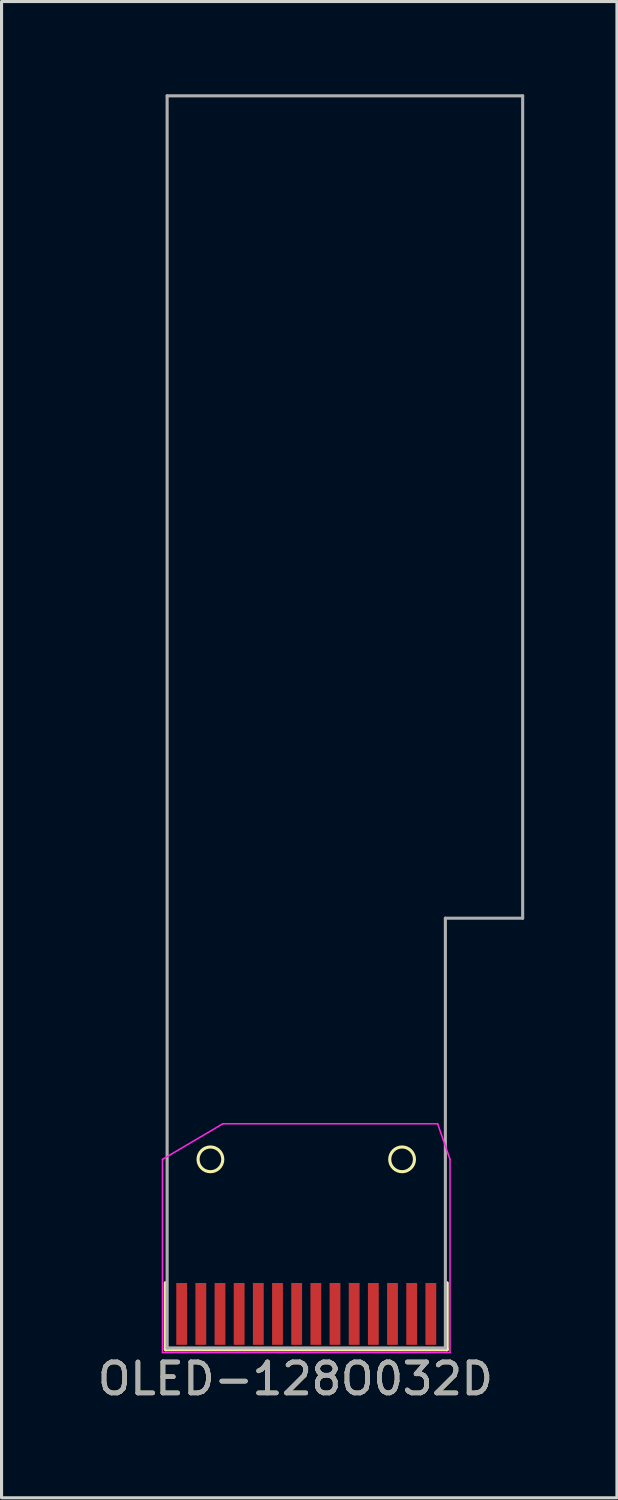
<source format=kicad_pcb>
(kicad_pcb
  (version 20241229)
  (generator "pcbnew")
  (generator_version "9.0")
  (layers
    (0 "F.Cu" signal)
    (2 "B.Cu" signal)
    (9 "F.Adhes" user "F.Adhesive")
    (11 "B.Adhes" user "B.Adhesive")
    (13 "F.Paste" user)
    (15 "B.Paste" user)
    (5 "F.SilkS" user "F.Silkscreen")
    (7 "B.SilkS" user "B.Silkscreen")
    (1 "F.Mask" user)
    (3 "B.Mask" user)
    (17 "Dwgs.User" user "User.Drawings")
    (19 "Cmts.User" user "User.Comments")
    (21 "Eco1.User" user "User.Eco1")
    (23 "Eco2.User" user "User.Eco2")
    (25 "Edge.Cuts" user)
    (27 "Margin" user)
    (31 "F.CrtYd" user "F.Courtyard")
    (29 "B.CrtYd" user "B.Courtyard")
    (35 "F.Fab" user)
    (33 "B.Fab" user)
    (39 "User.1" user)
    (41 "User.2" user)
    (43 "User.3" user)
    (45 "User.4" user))
  (footprint "OLED-128O032D"
    (layer "F.Cu")
    (at 6.856 39.45)
    (property "Reference" "OLED-128O032D" (at -0.35 2.1 0) (layer "F.SilkS") (effects (font (size 1 1) (thickness 0.15))))
    (attr smd)
    (fp_line (start -4.55 -1) (end -4.55 1.15) (stroke (width 0.12) (type solid)) (layer "F.SilkS"))
    (fp_line (start -4.55 1.15) (end 4.55 1.15) (stroke (width 0.12) (type solid)) (layer "F.SilkS"))
    (fp_line (start 4.55 1.15) (end 4.55 -1) (stroke (width 0.12) (type solid)) (layer "F.SilkS"))
    (fp_circle (center -3.1 -5) (end -2.7 -5) (stroke (width 0.1) (type solid)) (fill no) (layer "F.SilkS"))
    (fp_circle (center 3.1 -5) (end 3.5 -5) (stroke (width 0.1) (type solid)) (fill no) (layer "F.SilkS"))
    (fp_line (start -4.65 -5) (end -4.65 1.245) (stroke (width 0.05) (type solid)) (layer "F.CrtYd"))
    (fp_line (start -4.65 -5) (end -2.7 -6.15) (stroke (width 0.05) (type default)) (layer "F.CrtYd"))
    (fp_line (start -2.7 -6.15) (end 4.25 -6.15) (stroke (width 0.05) (type default)) (layer "F.CrtYd"))
    (fp_line (start 4.25 -6.15) (end 4.65 -5) (stroke (width 0.05) (type default)) (layer "F.CrtYd"))
    (fp_line (start 4.65 1.25) (end -4.65 1.25) (stroke (width 0.05) (type solid)) (layer "F.CrtYd"))
    (fp_line (start 4.65 1.25) (end 4.65 -5) (stroke (width 0.05) (type solid)) (layer "F.CrtYd"))
    (fp_line (start -4.5 -39.4) (end 7 -39.4) (stroke (width 0.1) (type default)) (layer "F.Fab"))
    (fp_line (start -4.5 1.1) (end -4.5 -39.4) (stroke (width 0.1) (type default)) (layer "F.Fab"))
    (fp_line (start -4.5 1.1) (end 4.5 1.1) (stroke (width 0.1) (type default)) (layer "F.Fab"))
    (fp_line (start 4.5 -12.8) (end 4.5 1.1) (stroke (width 0.1) (type default)) (layer "F.Fab"))
    (fp_line (start 7 -39.4) (end 7 -12.8) (stroke (width 0.1) (type default)) (layer "F.Fab"))
    (fp_line (start 7 -12.8) (end 4.5 -12.8) (stroke (width 0.1) (type default)) (layer "F.Fab"))
    (fp_text user "${REFERENCE}" (at -0.35 2.1 0) (layer "F.Fab") (effects (font (size 1 1) (thickness 0.15))))
    (pad "1" smd rect (at -4.03 0) (size 0.35 2) (layers "F.Cu" "F.Mask" "F.Paste"))
    (pad "2" smd rect (at -3.41 0) (size 0.35 2) (layers "F.Cu" "F.Mask" "F.Paste"))
    (pad "3" smd rect (at -2.79 0) (size 0.35 2) (layers "F.Cu" "F.Mask" "F.Paste"))
    (pad "4" smd rect (at -2.17 0) (size 0.35 2) (layers "F.Cu" "F.Mask" "F.Paste"))
    (pad "5" smd rect (at -1.55 0) (size 0.35 2) (layers "F.Cu" "F.Mask" "F.Paste"))
    (pad "6" smd rect (at -0.93 0) (size 0.35 2) (layers "F.Cu" "F.Mask" "F.Paste"))
    (pad "7" smd rect (at -0.31 0) (size 0.35 2) (layers "F.Cu" "F.Mask" "F.Paste"))
    (pad "8" smd rect (at 0.31 0) (size 0.35 2) (layers "F.Cu" "F.Mask" "F.Paste"))
    (pad "9" smd rect (at 0.93 0) (size 0.35 2) (layers "F.Cu" "F.Mask" "F.Paste"))
    (pad "10" smd rect (at 1.55 0) (size 0.35 2) (layers "F.Cu" "F.Mask" "F.Paste"))
    (pad "11" smd rect (at 2.17 0) (size 0.35 2) (layers "F.Cu" "F.Mask" "F.Paste"))
    (pad "12" smd rect (at 2.79 0) (size 0.35 2) (layers "F.Cu" "F.Mask" "F.Paste"))
    (pad "13" smd rect (at 3.41 0) (size 0.35 2) (layers "F.Cu" "F.Mask" "F.Paste"))
    (pad "14" smd rect (at 4.03 0) (size 0.35 2) (layers "F.Cu" "F.Mask" "F.Paste")))
  (gr_rect
    (start -3 -3)
    (end 16.906 45.398)
    (stroke (width 0.1) (type default))
    (fill no)
    (layer "Edge.Cuts")))
</source>
